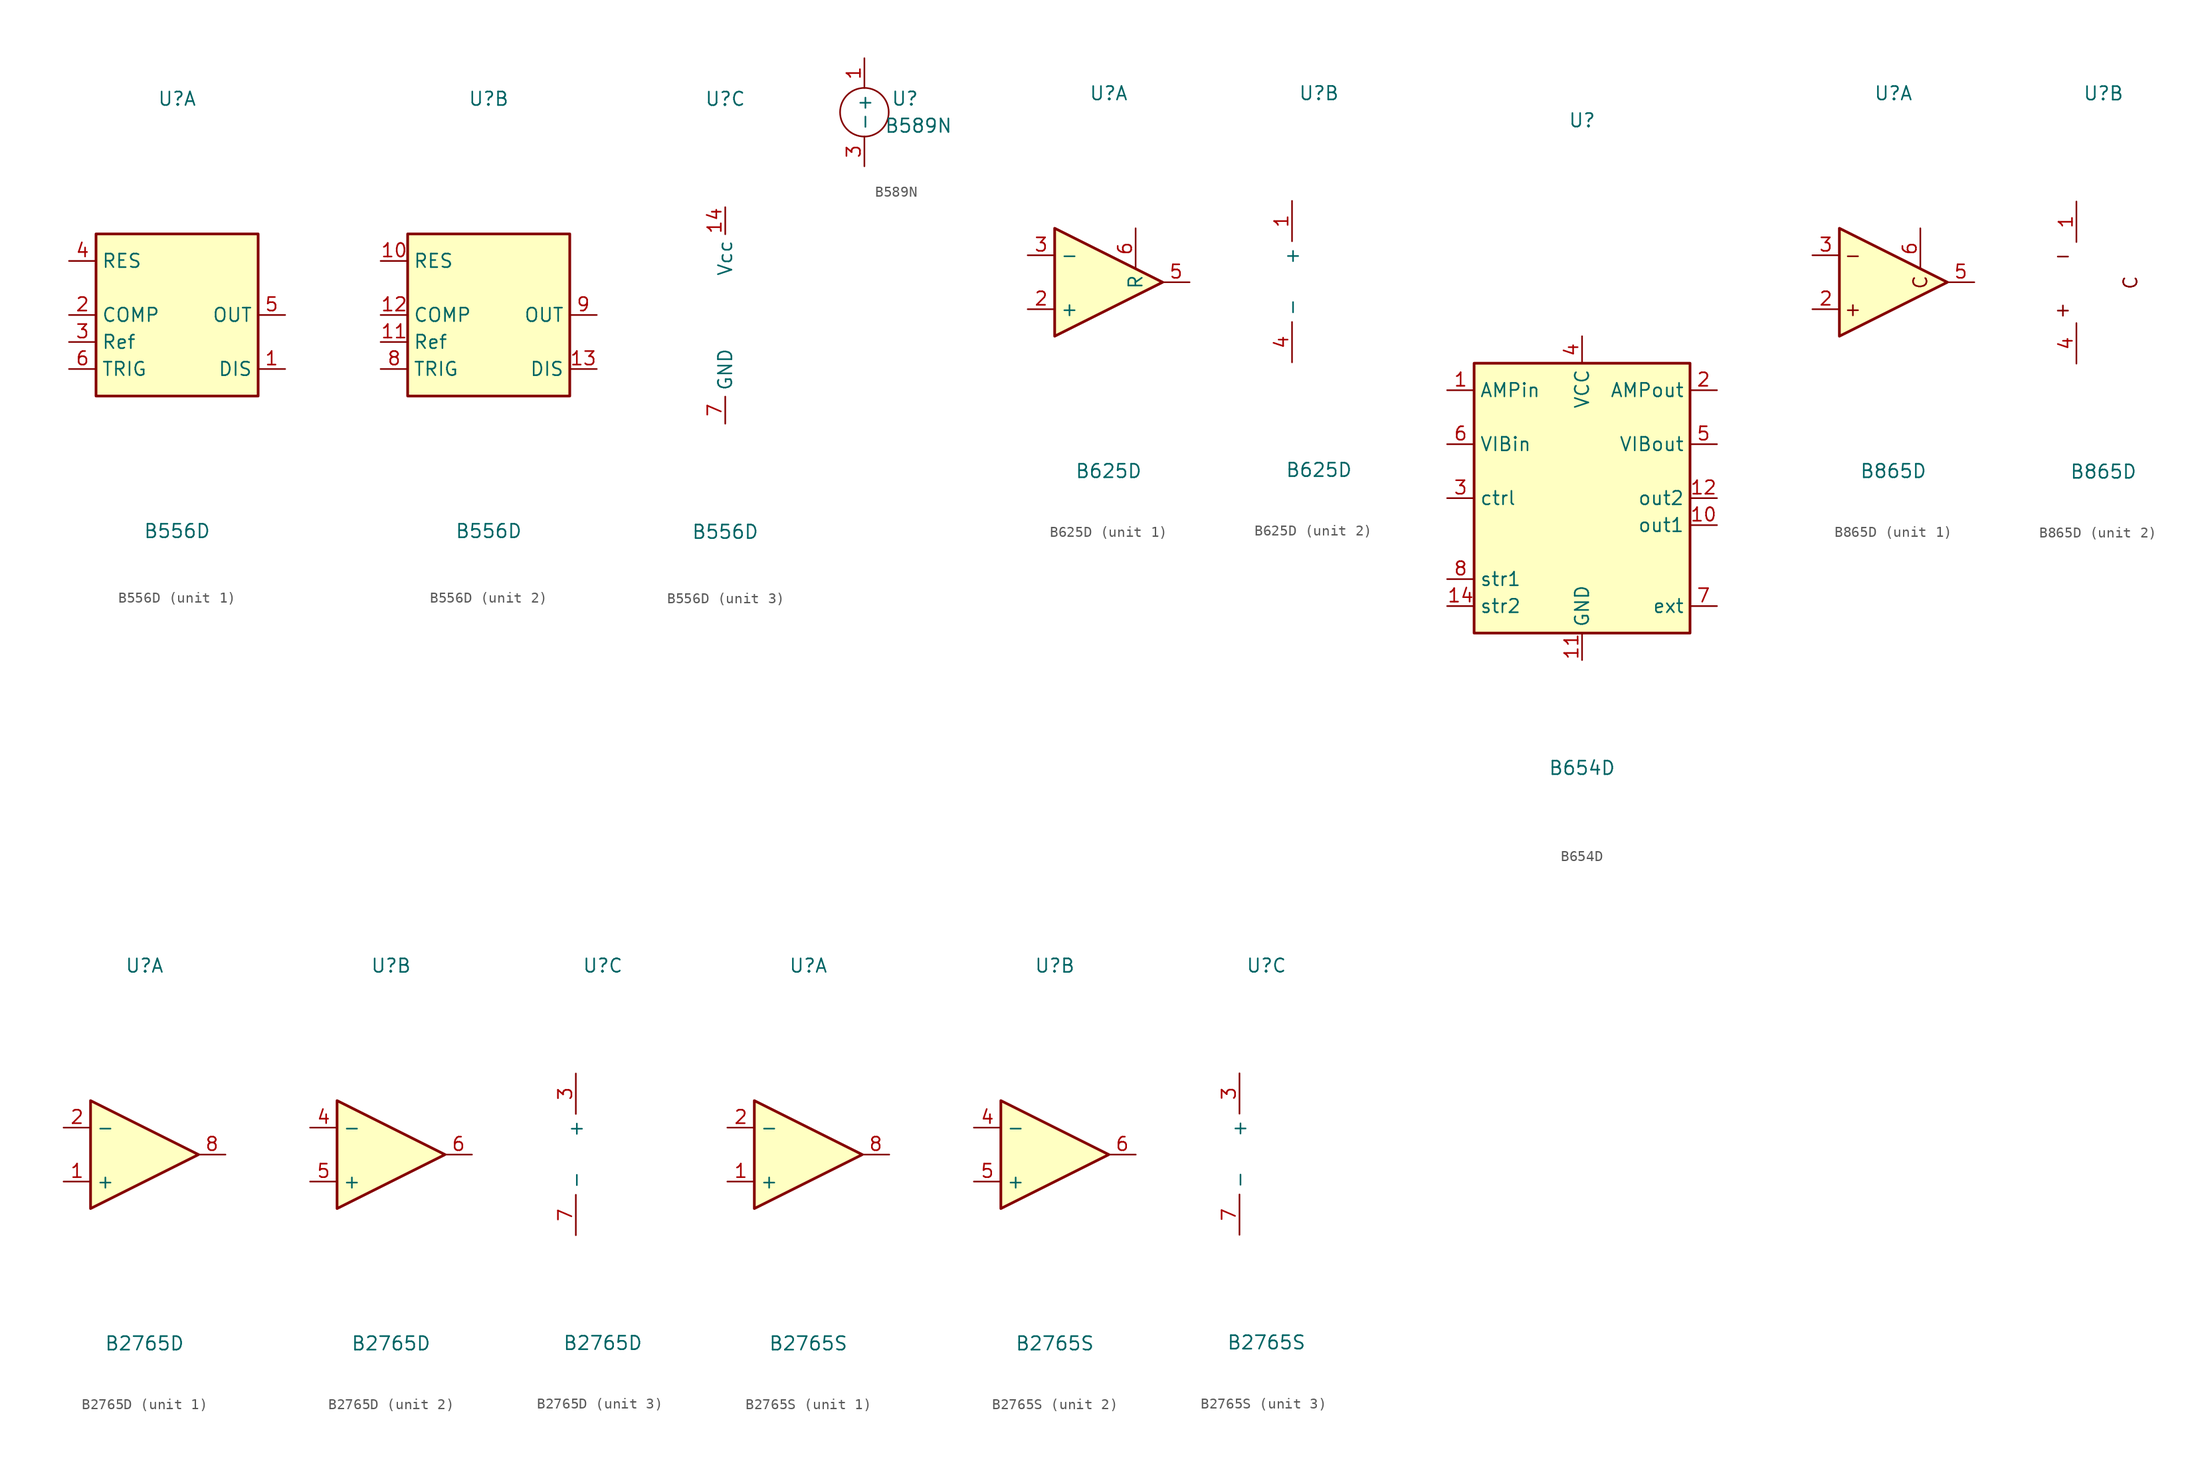
<source format=kicad_sym>
(kicad_symbol_lib
  (version 20211014)
  (generator kicad_symbol_editor)
  (symbol "B556D"
    (property "Reference" "U"
      (at 0 20.32 0)
      (effects (font (size 1.27 1.27))))
    (property "Value" "B556D"
      (at 0 -20.32 0)
      (effects (font (size 1.27 1.27))))
    (property "ki_locked" ""
      (at 0 0 0)
      (effects (font (size 1.27 1.27))))
    (symbol "B556D_1_1"
      (rectangle (start -7.62 7.62) (end 7.62 -7.62) (stroke (width 0.254) (type default) (color 0 0 0 0)) (fill (type background)))
      (pin open_collector line (at 10.16 -5.08 180) (length 2.54) (name "DIS" (effects (font (size 1.27 1.27)))) (number "1" (effects (font (size 1.27 1.27)))))
      (pin input line (at -10.16 0 0) (length 2.54) (name "COMP" (effects (font (size 1.27 1.27)))) (number "2" (effects (font (size 1.27 1.27)))))
      (pin passive line (at -10.16 -2.54 0) (length 2.54) (name "Ref" (effects (font (size 1.27 1.27)))) (number "3" (effects (font (size 1.27 1.27)))))
      (pin input line (at -10.16 5.08 0) (length 2.54) (name "RES" (effects (font (size 1.27 1.27)))) (number "4" (effects (font (size 1.27 1.27)))))
      (pin output line (at 10.16 0 180) (length 2.54) (name "OUT" (effects (font (size 1.27 1.27)))) (number "5" (effects (font (size 1.27 1.27)))))
      (pin input line (at -10.16 -5.08 0) (length 2.54) (name "TRIG" (effects (font (size 1.27 1.27)))) (number "6" (effects (font (size 1.27 1.27))))))
    (symbol "B556D_2_1"
      (rectangle (start -7.62 7.62) (end 7.62 -7.62) (stroke (width 0.254) (type default) (color 0 0 0 0)) (fill (type background)))
      (pin input line (at -10.16 5.08 0) (length 2.54) (name "RES" (effects (font (size 1.27 1.27)))) (number "10" (effects (font (size 1.27 1.27)))))
      (pin passive line (at -10.16 -2.54 0) (length 2.54) (name "Ref" (effects (font (size 1.27 1.27)))) (number "11" (effects (font (size 1.27 1.27)))))
      (pin input line (at -10.16 0 0) (length 2.54) (name "COMP" (effects (font (size 1.27 1.27)))) (number "12" (effects (font (size 1.27 1.27)))))
      (pin open_collector line (at 10.16 -5.08 180) (length 2.54) (name "DIS" (effects (font (size 1.27 1.27)))) (number "13" (effects (font (size 1.27 1.27)))))
      (pin input line (at -10.16 -5.08 0) (length 2.54) (name "TRIG" (effects (font (size 1.27 1.27)))) (number "8" (effects (font (size 1.27 1.27)))))
      (pin output line (at 10.16 0 180) (length 2.54) (name "OUT" (effects (font (size 1.27 1.27)))) (number "9" (effects (font (size 1.27 1.27))))))
    (symbol "B556D_3_1"
      (pin power_in line (at 0 10.16 270) (length 2.54) (name "Vcc" (effects (font (size 1.27 1.27)))) (number "14" (effects (font (size 1.27 1.27)))))
      (pin power_in line (at 0 -10.16 90) (length 2.54) (name "GND" (effects (font (size 1.27 1.27)))) (number "7" (effects (font (size 1.27 1.27)))))))
  (symbol "B589N"
    (property "Reference" "U"
      (at 3.81 1.27 0)
      (effects (font (size 1.27 1.27))))
    (property "Value" "B589N"
      (at 5.08 -1.27 0)
      (effects (font (size 1.27 1.27))))
    (symbol "B589N_0_1"
      (circle (center 0 0) (radius 2.286) (stroke (width 0.152) (type default) (color 0 0 0 0)) (fill (type none))))
    (symbol "B589N_1_1"
      (pin passive line (at 0 5.08 270) (length 2.794) (name "+" (effects (font (size 1.27 1.27)))) (number "1" (effects (font (size 1.27 1.27)))))
      (pin no_connect line (at 0 0 0) (length 0) hide (name "n.c." (effects (font (size 1.27 1.27)))) (number "2" (effects (font (size 1.27 1.27)))))
      (pin passive line (at 0 -5.08 90) (length 2.794) (name "-" (effects (font (size 1.27 1.27)))) (number "3" (effects (font (size 1.27 1.27)))))))
  (symbol "B625D"
    (property "Reference" "U"
      (at 0 17.78 0)
      (effects (font (size 1.27 1.27))))
    (property "Value" "B625D"
      (at 0 -17.78 0)
      (effects (font (size 1.27 1.27))))
    (property "ki_locked" ""
      (at 0 0 0)
      (effects (font (size 1.27 1.27))))
    (symbol "B625D_1_1"
      (polyline (pts (xy -5.08 5.08) (xy 5.08 0) (xy -5.08 -5.08) (xy -5.08 5.08)) (stroke (width 0.254) (type default) (color 0 0 0 0)) (fill (type background)))
      (pin input line (at -7.62 -2.54 0) (length 2.54) (name "+" (effects (font (size 1.27 1.27)))) (number "2" (effects (font (size 1.27 1.27)))))
      (pin input line (at -7.62 2.54 0) (length 2.54) (name "-" (effects (font (size 1.27 1.27)))) (number "3" (effects (font (size 1.27 1.27)))))
      (pin output line (at 7.62 0 180) (length 2.54) (name "~" (effects (font (size 1.27 1.27)))) (number "5" (effects (font (size 1.27 1.27)))))
      (pin passive line (at 2.54 5.08 270) (length 3.81) (name "R" (effects (font (size 1.27 1.27)))) (number "6" (effects (font (size 1.27 1.27))))))
    (symbol "B625D_2_1"
      (pin power_in line (at -2.54 7.62 270) (length 3.81) (name "+" (effects (font (size 1.27 1.27)))) (number "1" (effects (font (size 1.27 1.27)))))
      (pin power_in line (at -2.54 -7.62 90) (length 3.81) (name "-" (effects (font (size 1.27 1.27)))) (number "4" (effects (font (size 1.27 1.27)))))))
  (symbol "B654D"
    (property "Reference" "U"
      (at 0 35.56 0)
      (effects (font (size 1.27 1.27))))
    (property "Value" "B654D"
      (at 0 -25.4 0)
      (effects (font (size 1.27 1.27))))
    (symbol "B654D_0_1"
      (rectangle (start -10.16 12.7) (end 10.16 -12.7) (stroke (width 0.254) (type default) (color 0 0 0 0)) (fill (type background))))
    (symbol "B654D_1_1"
      (pin input line (at -12.7 10.16 0) (length 2.54) (name "AMPin" (effects (font (size 1.27 1.27)))) (number "1" (effects (font (size 1.27 1.27)))))
      (pin output line (at 12.7 -2.54 180) (length 2.54) (name "out1" (effects (font (size 1.27 1.27)))) (number "10" (effects (font (size 1.27 1.27)))))
      (pin power_in line (at 0 -15.24 90) (length 2.54) (name "GND" (effects (font (size 1.27 1.27)))) (number "11" (effects (font (size 1.27 1.27)))))
      (pin output line (at 12.7 0 180) (length 2.54) (name "out2" (effects (font (size 1.27 1.27)))) (number "12" (effects (font (size 1.27 1.27)))))
      (pin no_connect line (at -10.16 -5.08 0) (length 2.54) hide (name "~" (effects (font (size 1.27 1.27)))) (number "13" (effects (font (size 1.27 1.27)))))
      (pin passive line (at -12.7 -10.16 0) (length 2.54) (name "str2" (effects (font (size 1.27 1.27)))) (number "14" (effects (font (size 1.27 1.27)))))
      (pin output line (at 12.7 10.16 180) (length 2.54) (name "AMPout" (effects (font (size 1.27 1.27)))) (number "2" (effects (font (size 1.27 1.27)))))
      (pin input line (at -12.7 0 0) (length 2.54) (name "ctrl" (effects (font (size 1.27 1.27)))) (number "3" (effects (font (size 1.27 1.27)))))
      (pin power_in line (at 0 15.24 270) (length 2.54) (name "VCC" (effects (font (size 1.27 1.27)))) (number "4" (effects (font (size 1.27 1.27)))))
      (pin output line (at 12.7 5.08 180) (length 2.54) (name "VIBout" (effects (font (size 1.27 1.27)))) (number "5" (effects (font (size 1.27 1.27)))))
      (pin input line (at -12.7 5.08 0) (length 2.54) (name "VIBin" (effects (font (size 1.27 1.27)))) (number "6" (effects (font (size 1.27 1.27)))))
      (pin passive line (at 12.7 -10.16 180) (length 2.54) (name "ext" (effects (font (size 1.27 1.27)))) (number "7" (effects (font (size 1.27 1.27)))))
      (pin passive line (at -12.7 -7.62 0) (length 2.54) (name "str1" (effects (font (size 1.27 1.27)))) (number "8" (effects (font (size 1.27 1.27)))))
      (pin no_connect line (at -10.16 -2.54 0) (length 2.54) hide (name "~" (effects (font (size 1.27 1.27)))) (number "9" (effects (font (size 1.27 1.27)))))))
  (symbol "B865D"
    (pin_names hide)
    (property "Reference" "U"
      (at 0 17.78 0)
      (effects (font (size 1.27 1.27))))
    (property "Value" "B865D"
      (at 0 -17.78 0)
      (effects (font (size 1.27 1.27))))
    (property "ki_locked" ""
      (at 0 0 0)
      (effects (font (size 1.27 1.27))))
    (symbol "B865D_0_0"
      (text "+" (at -3.81 -2.54 0) (effects (font (size 1.27 1.27))))
      (text "-" (at -3.81 2.54 0) (effects (font (size 1.27 1.27))))
      (text "C" (at 2.54 0 900) (effects (font (size 1.27 1.27)))))
    (symbol "B865D_1_1"
      (polyline (pts (xy -5.08 5.08) (xy 5.08 0) (xy -5.08 -5.08) (xy -5.08 5.08)) (stroke (width 0.254) (type default) (color 0 0 0 0)) (fill (type background)))
      (pin input line (at -7.62 -2.54 0) (length 2.54) (name "+" (effects (font (size 1.27 1.27)))) (number "2" (effects (font (size 1.27 1.27)))))
      (pin input line (at -7.62 2.54 0) (length 2.54) (name "-" (effects (font (size 1.27 1.27)))) (number "3" (effects (font (size 1.27 1.27)))))
      (pin output line (at 7.62 0 180) (length 2.54) (name "~" (effects (font (size 1.27 1.27)))) (number "5" (effects (font (size 1.27 1.27)))))
      (pin passive line (at 2.54 5.08 270) (length 3.81) (name "C" (effects (font (size 1.27 1.27)))) (number "6" (effects (font (size 1.27 1.27))))))
    (symbol "B865D_2_1"
      (pin power_in line (at -2.54 7.62 270) (length 3.81) (name "+" (effects (font (size 1.27 1.27)))) (number "1" (effects (font (size 1.27 1.27)))))
      (pin power_in line (at -2.54 -7.62 90) (length 3.81) (name "-" (effects (font (size 1.27 1.27)))) (number "4" (effects (font (size 1.27 1.27)))))))
  (symbol "B2765D"
    (property "Reference" "U"
      (at 0 17.78 0)
      (effects (font (size 1.27 1.27))))
    (property "Value" "B2765D"
      (at 0 -17.78 0)
      (effects (font (size 1.27 1.27))))
    (property "ki_locked" ""
      (at 0 0 0)
      (effects (font (size 1.27 1.27))))
    (symbol "B2765D_1_1"
      (polyline (pts (xy -5.08 5.08) (xy 5.08 0) (xy -5.08 -5.08) (xy -5.08 5.08)) (stroke (width 0.254) (type default) (color 0 0 0 0)) (fill (type background)))
      (pin input line (at -7.62 -2.54 0) (length 2.54) (name "+" (effects (font (size 1.27 1.27)))) (number "1" (effects (font (size 1.27 1.27)))))
      (pin input line (at -7.62 2.54 0) (length 2.54) (name "-" (effects (font (size 1.27 1.27)))) (number "2" (effects (font (size 1.27 1.27)))))
      (pin open_collector line (at 7.62 0 180) (length 2.54) (name "~" (effects (font (size 1.27 1.27)))) (number "8" (effects (font (size 1.27 1.27))))))
    (symbol "B2765D_2_1"
      (polyline (pts (xy -5.08 5.08) (xy 5.08 0) (xy -5.08 -5.08) (xy -5.08 5.08)) (stroke (width 0.254) (type default) (color 0 0 0 0)) (fill (type background)))
      (pin input line (at -7.62 2.54 0) (length 2.54) (name "-" (effects (font (size 1.27 1.27)))) (number "4" (effects (font (size 1.27 1.27)))))
      (pin input line (at -7.62 -2.54 0) (length 2.54) (name "+" (effects (font (size 1.27 1.27)))) (number "5" (effects (font (size 1.27 1.27)))))
      (pin open_collector line (at 7.62 0 180) (length 2.54) (name "~" (effects (font (size 1.27 1.27)))) (number "6" (effects (font (size 1.27 1.27))))))
    (symbol "B2765D_3_1"
      (pin power_in line (at -2.54 7.62 270) (length 3.81) (name "+" (effects (font (size 1.27 1.27)))) (number "3" (effects (font (size 1.27 1.27)))))
      (pin power_in line (at -2.54 -7.62 90) (length 3.81) (name "-" (effects (font (size 1.27 1.27)))) (number "7" (effects (font (size 1.27 1.27)))))))
  (symbol "B2765S"
    (property "Reference" "U"
      (at 0 17.78 0)
      (effects (font (size 1.27 1.27))))
    (property "Value" "B2765S"
      (at 0 -17.78 0)
      (effects (font (size 1.27 1.27))))
    (property "ki_locked" ""
      (at 0 0 0)
      (effects (font (size 1.27 1.27))))
    (symbol "B2765S_1_1"
      (polyline (pts (xy -5.08 5.08) (xy 5.08 0) (xy -5.08 -5.08) (xy -5.08 5.08)) (stroke (width 0.254) (type default) (color 0 0 0 0)) (fill (type background)))
      (pin input line (at -7.62 -2.54 0) (length 2.54) (name "+" (effects (font (size 1.27 1.27)))) (number "1" (effects (font (size 1.27 1.27)))))
      (pin input line (at -7.62 2.54 0) (length 2.54) (name "-" (effects (font (size 1.27 1.27)))) (number "2" (effects (font (size 1.27 1.27)))))
      (pin output line (at 7.62 0 180) (length 2.54) (name "~" (effects (font (size 1.27 1.27)))) (number "8" (effects (font (size 1.27 1.27))))))
    (symbol "B2765S_2_1"
      (polyline (pts (xy -5.08 5.08) (xy 5.08 0) (xy -5.08 -5.08) (xy -5.08 5.08)) (stroke (width 0.254) (type default) (color 0 0 0 0)) (fill (type background)))
      (pin input line (at -7.62 2.54 0) (length 2.54) (name "-" (effects (font (size 1.27 1.27)))) (number "4" (effects (font (size 1.27 1.27)))))
      (pin input line (at -7.62 -2.54 0) (length 2.54) (name "+" (effects (font (size 1.27 1.27)))) (number "5" (effects (font (size 1.27 1.27)))))
      (pin output line (at 7.62 0 180) (length 2.54) (name "~" (effects (font (size 1.27 1.27)))) (number "6" (effects (font (size 1.27 1.27))))))
    (symbol "B2765S_3_1"
      (pin power_in line (at -2.54 7.62 270) (length 3.81) (name "+" (effects (font (size 1.27 1.27)))) (number "3" (effects (font (size 1.27 1.27)))))
      (pin power_in line (at -2.54 -7.62 90) (length 3.81) (name "-" (effects (font (size 1.27 1.27)))) (number "7" (effects (font (size 1.27 1.27))))))))
</source>
